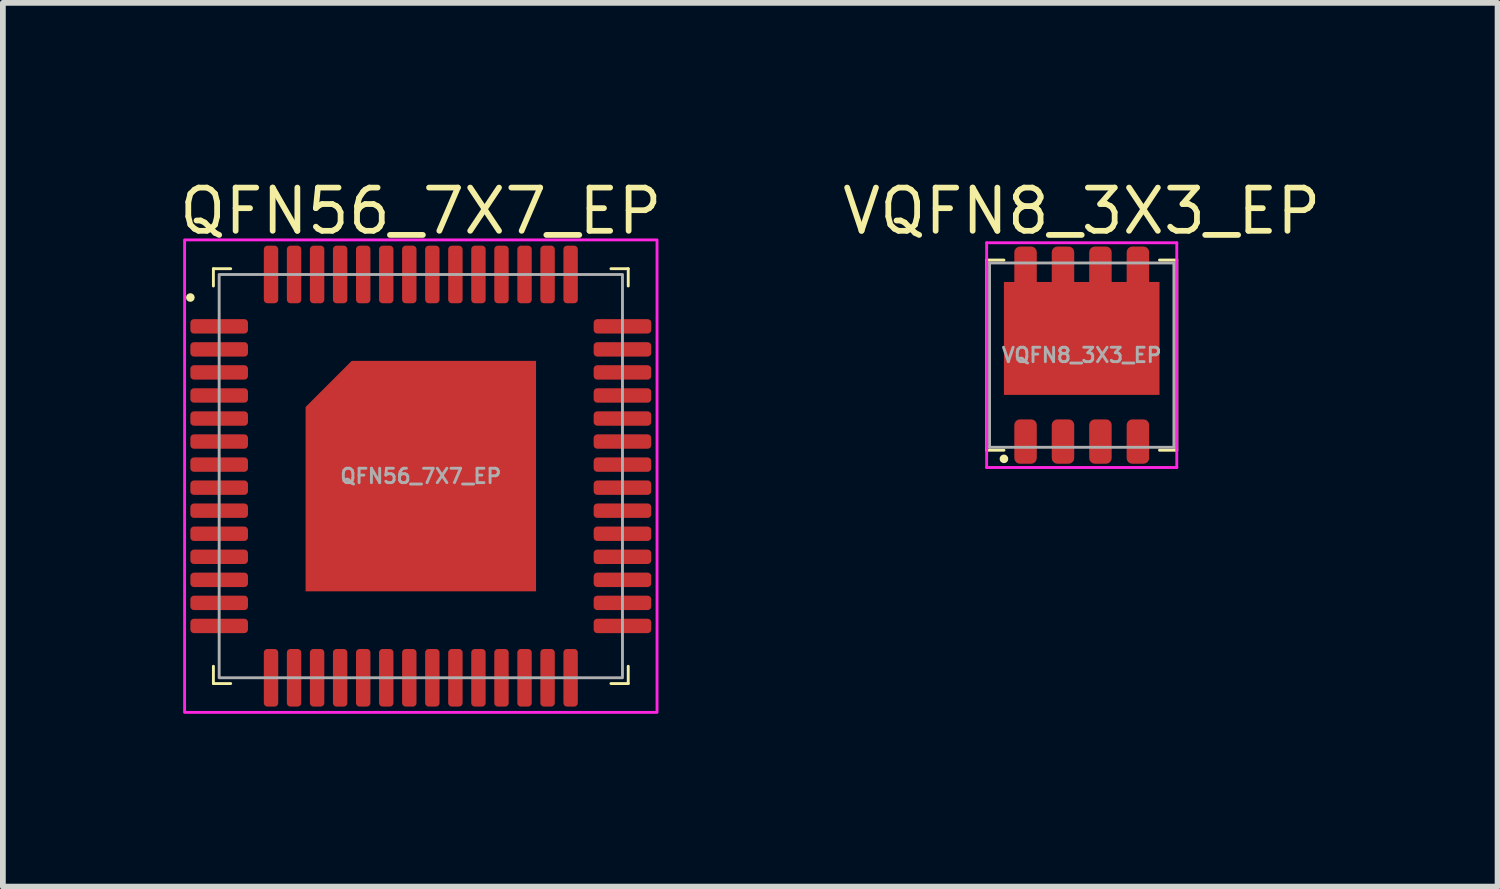
<source format=kicad_pcb>
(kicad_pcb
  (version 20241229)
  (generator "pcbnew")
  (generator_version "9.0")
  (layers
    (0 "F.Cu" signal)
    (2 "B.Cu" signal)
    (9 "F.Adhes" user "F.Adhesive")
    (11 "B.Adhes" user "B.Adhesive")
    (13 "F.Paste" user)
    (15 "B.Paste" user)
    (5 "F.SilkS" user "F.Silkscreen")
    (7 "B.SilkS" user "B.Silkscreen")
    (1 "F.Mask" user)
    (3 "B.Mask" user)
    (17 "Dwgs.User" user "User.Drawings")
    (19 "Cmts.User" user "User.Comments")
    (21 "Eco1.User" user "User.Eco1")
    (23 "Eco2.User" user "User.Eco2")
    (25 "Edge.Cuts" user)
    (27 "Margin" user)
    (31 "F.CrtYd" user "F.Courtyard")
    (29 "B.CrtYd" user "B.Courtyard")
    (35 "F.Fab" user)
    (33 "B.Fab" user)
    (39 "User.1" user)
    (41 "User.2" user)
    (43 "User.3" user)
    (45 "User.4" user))
  (footprint "QFN56_7X7_EP"
    (layer "F.Cu")
    (at 4.254 5.214)
    (property "Reference" "QFN56_7X7_EP" (at 0 -4.6 0) (unlocked yes) (layer "F.SilkS") (effects (font (size 0.75 0.75) (thickness 0.1))))
    (attr smd)
    (fp_line (start -3.6 -3.6) (end -3.6 -3.3) (stroke (width 0.05) (type solid)) (layer "F.SilkS"))
    (fp_line (start -3.6 -3.6) (end -3.3 -3.6) (stroke (width 0.05) (type solid)) (layer "F.SilkS"))
    (fp_line (start -3.6 3.6) (end -3.6 3.3) (stroke (width 0.05) (type solid)) (layer "F.SilkS"))
    (fp_line (start -3.6 3.6) (end -3.3 3.6) (stroke (width 0.05) (type solid)) (layer "F.SilkS"))
    (fp_line (start 3.6 -3.6) (end 3.3 -3.6) (stroke (width 0.05) (type solid)) (layer "F.SilkS"))
    (fp_line (start 3.6 -3.6) (end 3.6 -3.3) (stroke (width 0.05) (type solid)) (layer "F.SilkS"))
    (fp_line (start 3.6 3.6) (end 3.3 3.6) (stroke (width 0.05) (type solid)) (layer "F.SilkS"))
    (fp_line (start 3.6 3.6) (end 3.6 3.3) (stroke (width 0.05) (type solid)) (layer "F.SilkS"))
    (fp_circle (center -4 -3.1) (end -4 -3.1) (stroke (width 0.05) (type solid)) (fill no) (layer "F.SilkS"))
    (fp_circle (center -4 -3.1) (end -3.95 -3.1) (stroke (width 0.05) (type solid)) (fill no) (layer "F.SilkS"))
    (fp_rect (start -4.1 -4.1) (end 4.1 4.1) (stroke (width 0.05) (type solid)) (fill no) (layer "F.CrtYd"))
    (fp_rect (start -3.5 -3.5) (end 3.5 3.5) (stroke (width 0.05) (type solid)) (fill no) (layer "F.Fab"))
    (fp_text user "${REFERENCE}" (at 0 0 0) (unlocked yes) (layer "F.Fab") (effects (font (size 0.25 0.25) (thickness 0.05))))
    (pad "1" smd roundrect (at -3.5 -2.6 90) (size 0.25 1) (layers "F.Cu" "F.Mask" "F.Paste") (roundrect_rratio 0.25))
    (pad "2" smd roundrect (at -3.5 -2.2 90) (size 0.25 1) (layers "F.Cu" "F.Mask" "F.Paste") (roundrect_rratio 0.25))
    (pad "3" smd roundrect (at -3.5 -1.8 90) (size 0.25 1) (layers "F.Cu" "F.Mask" "F.Paste") (roundrect_rratio 0.25))
    (pad "4" smd roundrect (at -3.5 -1.4 90) (size 0.25 1) (layers "F.Cu" "F.Mask" "F.Paste") (roundrect_rratio 0.25))
    (pad "5" smd roundrect (at -3.5 -1 90) (size 0.25 1) (layers "F.Cu" "F.Mask" "F.Paste") (roundrect_rratio 0.25))
    (pad "6" smd roundrect (at -3.5 -0.6 90) (size 0.25 1) (layers "F.Cu" "F.Mask" "F.Paste") (roundrect_rratio 0.25))
    (pad "7" smd roundrect (at -3.5 -0.2 90) (size 0.25 1) (layers "F.Cu" "F.Mask" "F.Paste") (roundrect_rratio 0.25))
    (pad "8" smd roundrect (at -3.5 0.2 90) (size 0.25 1) (layers "F.Cu" "F.Mask" "F.Paste") (roundrect_rratio 0.25))
    (pad "9" smd roundrect (at -3.5 0.6 90) (size 0.25 1) (layers "F.Cu" "F.Mask" "F.Paste") (roundrect_rratio 0.25))
    (pad "10" smd roundrect (at -3.5 1 90) (size 0.25 1) (layers "F.Cu" "F.Mask" "F.Paste") (roundrect_rratio 0.25))
    (pad "11" smd roundrect (at -3.5 1.4 90) (size 0.25 1) (layers "F.Cu" "F.Mask" "F.Paste") (roundrect_rratio 0.25))
    (pad "12" smd roundrect (at -3.5 1.8 90) (size 0.25 1) (layers "F.Cu" "F.Mask" "F.Paste") (roundrect_rratio 0.25))
    (pad "13" smd roundrect (at -3.5 2.2 90) (size 0.25 1) (layers "F.Cu" "F.Mask" "F.Paste") (roundrect_rratio 0.25))
    (pad "14" smd roundrect (at -3.5 2.6 90) (size 0.25 1) (layers "F.Cu" "F.Mask" "F.Paste") (roundrect_rratio 0.25))
    (pad "15" smd roundrect (at -2.6 3.5 180) (size 0.25 1) (layers "F.Cu" "F.Mask" "F.Paste") (roundrect_rratio 0.25))
    (pad "16" smd roundrect (at -2.2 3.5 180) (size 0.25 1) (layers "F.Cu" "F.Mask" "F.Paste") (roundrect_rratio 0.25))
    (pad "17" smd roundrect (at -1.8 3.5 180) (size 0.25 1) (layers "F.Cu" "F.Mask" "F.Paste") (roundrect_rratio 0.25))
    (pad "18" smd roundrect (at -1.4 3.5 180) (size 0.25 1) (layers "F.Cu" "F.Mask" "F.Paste") (roundrect_rratio 0.25))
    (pad "19" smd roundrect (at -1 3.5 180) (size 0.25 1) (layers "F.Cu" "F.Mask" "F.Paste") (roundrect_rratio 0.25))
    (pad "20" smd roundrect (at -0.6 3.5 180) (size 0.25 1) (layers "F.Cu" "F.Mask" "F.Paste") (roundrect_rratio 0.25))
    (pad "21" smd roundrect (at -0.2 3.5 180) (size 0.25 1) (layers "F.Cu" "F.Mask" "F.Paste") (roundrect_rratio 0.25))
    (pad "22" smd roundrect (at 0.2 3.5 180) (size 0.25 1) (layers "F.Cu" "F.Mask" "F.Paste") (roundrect_rratio 0.25))
    (pad "23" smd roundrect (at 0.6 3.5 180) (size 0.25 1) (layers "F.Cu" "F.Mask" "F.Paste") (roundrect_rratio 0.25))
    (pad "24" smd roundrect (at 1 3.5 180) (size 0.25 1) (layers "F.Cu" "F.Mask" "F.Paste") (roundrect_rratio 0.25))
    (pad "25" smd roundrect (at 1.4 3.5 180) (size 0.25 1) (layers "F.Cu" "F.Mask" "F.Paste") (roundrect_rratio 0.25))
    (pad "26" smd roundrect (at 1.8 3.5 180) (size 0.25 1) (layers "F.Cu" "F.Mask" "F.Paste") (roundrect_rratio 0.25))
    (pad "27" smd roundrect (at 2.2 3.5 180) (size 0.25 1) (layers "F.Cu" "F.Mask" "F.Paste") (roundrect_rratio 0.25))
    (pad "28" smd roundrect (at 2.6 3.5 180) (size 0.25 1) (layers "F.Cu" "F.Mask" "F.Paste") (roundrect_rratio 0.25))
    (pad "29" smd roundrect (at 3.5 2.6 270) (size 0.25 1) (layers "F.Cu" "F.Mask" "F.Paste") (roundrect_rratio 0.25))
    (pad "30" smd roundrect (at 3.5 2.2 270) (size 0.25 1) (layers "F.Cu" "F.Mask" "F.Paste") (roundrect_rratio 0.25))
    (pad "31" smd roundrect (at 3.5 1.8 270) (size 0.25 1) (layers "F.Cu" "F.Mask" "F.Paste") (roundrect_rratio 0.25))
    (pad "32" smd roundrect (at 3.5 1.4 270) (size 0.25 1) (layers "F.Cu" "F.Mask" "F.Paste") (roundrect_rratio 0.25))
    (pad "33" smd roundrect (at 3.5 1 270) (size 0.25 1) (layers "F.Cu" "F.Mask" "F.Paste") (roundrect_rratio 0.25))
    (pad "34" smd roundrect (at 3.5 0.6 270) (size 0.25 1) (layers "F.Cu" "F.Mask" "F.Paste") (roundrect_rratio 0.25))
    (pad "35" smd roundrect (at 3.5 0.2 270) (size 0.25 1) (layers "F.Cu" "F.Mask" "F.Paste") (roundrect_rratio 0.25))
    (pad "36" smd roundrect (at 3.5 -0.2 270) (size 0.25 1) (layers "F.Cu" "F.Mask" "F.Paste") (roundrect_rratio 0.25))
    (pad "37" smd roundrect (at 3.5 -0.6 270) (size 0.25 1) (layers "F.Cu" "F.Mask" "F.Paste") (roundrect_rratio 0.25))
    (pad "38" smd roundrect (at 3.5 -1 270) (size 0.25 1) (layers "F.Cu" "F.Mask" "F.Paste") (roundrect_rratio 0.25))
    (pad "39" smd roundrect (at 3.5 -1.4 270) (size 0.25 1) (layers "F.Cu" "F.Mask" "F.Paste") (roundrect_rratio 0.25))
    (pad "40" smd roundrect (at 3.5 -1.8 270) (size 0.25 1) (layers "F.Cu" "F.Mask" "F.Paste") (roundrect_rratio 0.25))
    (pad "41" smd roundrect (at 3.5 -2.2 270) (size 0.25 1) (layers "F.Cu" "F.Mask" "F.Paste") (roundrect_rratio 0.25))
    (pad "42" smd roundrect (at 3.5 -2.6 270) (size 0.25 1) (layers "F.Cu" "F.Mask" "F.Paste") (roundrect_rratio 0.25))
    (pad "43" smd roundrect (at 2.6 -3.5) (size 0.25 1) (layers "F.Cu" "F.Mask" "F.Paste") (roundrect_rratio 0.25))
    (pad "44" smd roundrect (at 2.2 -3.5) (size 0.25 1) (layers "F.Cu" "F.Mask" "F.Paste") (roundrect_rratio 0.25))
    (pad "45" smd roundrect (at 1.8 -3.5) (size 0.25 1) (layers "F.Cu" "F.Mask" "F.Paste") (roundrect_rratio 0.25))
    (pad "46" smd roundrect (at 1.4 -3.5) (size 0.25 1) (layers "F.Cu" "F.Mask" "F.Paste") (roundrect_rratio 0.25))
    (pad "47" smd roundrect (at 1 -3.5) (size 0.25 1) (layers "F.Cu" "F.Mask" "F.Paste") (roundrect_rratio 0.25))
    (pad "48" smd roundrect (at 0.6 -3.5) (size 0.25 1) (layers "F.Cu" "F.Mask" "F.Paste") (roundrect_rratio 0.25))
    (pad "49" smd roundrect (at 0.2 -3.5) (size 0.25 1) (layers "F.Cu" "F.Mask" "F.Paste") (roundrect_rratio 0.25))
    (pad "50" smd roundrect (at -0.2 -3.5) (size 0.25 1) (layers "F.Cu" "F.Mask" "F.Paste") (roundrect_rratio 0.25))
    (pad "51" smd roundrect (at -0.6 -3.5) (size 0.25 1) (layers "F.Cu" "F.Mask" "F.Paste") (roundrect_rratio 0.25))
    (pad "52" smd roundrect (at -1 -3.5) (size 0.25 1) (layers "F.Cu" "F.Mask" "F.Paste") (roundrect_rratio 0.25))
    (pad "53" smd roundrect (at -1.4 -3.5) (size 0.25 1) (layers "F.Cu" "F.Mask" "F.Paste") (roundrect_rratio 0.25))
    (pad "54" smd roundrect (at -1.8 -3.5) (size 0.25 1) (layers "F.Cu" "F.Mask" "F.Paste") (roundrect_rratio 0.25))
    (pad "55" smd roundrect (at -2.2 -3.5) (size 0.25 1) (layers "F.Cu" "F.Mask" "F.Paste") (roundrect_rratio 0.25))
    (pad "56" smd roundrect (at -2.6 -3.5) (size 0.25 1) (layers "F.Cu" "F.Mask" "F.Paste") (roundrect_rratio 0.25))
    (pad "57" smd roundrect (at 0 0) (size 4 4) (layers "F.Cu" "F.Mask" "F.Paste") (roundrect_rratio 0) (chamfer_ratio 0.2) (chamfer top_left)))
  (footprint "VQFN8_3X3_EP"
    (layer "F.Cu")
    (at 15.725 3.114)
    (property "Reference" "VQFN8_3X3_EP" (at 0 -2.5 0) (unlocked yes) (layer "F.SilkS") (effects (font (size 0.75 0.75) (thickness 0.1))))
    (attr smd)
    (fp_line (start -1.65 -1.65) (end -1.65 1.65) (stroke (width 0.05) (type solid)) (layer "F.SilkS"))
    (fp_line (start -1.65 -1.65) (end -1.35 -1.65) (stroke (width 0.05) (type solid)) (layer "F.SilkS"))
    (fp_line (start -1.65 1.65) (end -1.35 1.65) (stroke (width 0.05) (type solid)) (layer "F.SilkS"))
    (fp_line (start 1.65 -1.65) (end 1.35 -1.65) (stroke (width 0.05) (type solid)) (layer "F.SilkS"))
    (fp_line (start 1.65 -1.65) (end 1.65 1.65) (stroke (width 0.05) (type solid)) (layer "F.SilkS"))
    (fp_line (start 1.65 1.65) (end 1.35 1.65) (stroke (width 0.05) (type solid)) (layer "F.SilkS"))
    (fp_circle (center -1.35 1.8) (end -1.35 1.8) (stroke (width 0.05) (type solid)) (fill no) (layer "F.SilkS"))
    (fp_circle (center -1.35 1.8) (end -1.3 1.8) (stroke (width 0.05) (type solid)) (fill no) (layer "F.SilkS"))
    (fp_line (start -1.65 -1.95) (end 1.65 -1.95) (stroke (width 0.05) (type solid)) (layer "F.CrtYd"))
    (fp_line (start -1.65 1.95) (end -1.65 -1.95) (stroke (width 0.05) (type solid)) (layer "F.CrtYd"))
    (fp_line (start 1.65 -1.95) (end 1.65 1.95) (stroke (width 0.05) (type solid)) (layer "F.CrtYd"))
    (fp_line (start 1.65 1.95) (end -1.65 1.95) (stroke (width 0.05) (type solid)) (layer "F.CrtYd"))
    (fp_line (start -1.6 -1.6) (end 1.6 -1.6) (stroke (width 0.05) (type solid)) (layer "F.Fab"))
    (fp_line (start -1.6 1.6) (end -1.6 -1.6) (stroke (width 0.05) (type solid)) (layer "F.Fab"))
    (fp_line (start -1.6 1.6) (end 1.6 1.6) (stroke (width 0.05) (type solid)) (layer "F.Fab"))
    (fp_line (start 1.6 -1.6) (end 1.6 1.6) (stroke (width 0.05) (type solid)) (layer "F.Fab"))
    (fp_text user "${REFERENCE}" (at 0 0 0) (unlocked yes) (layer "F.Fab") (effects (font (size 0.25 0.25) (thickness 0.05))))
    (pad "1" smd roundrect (at -0.975 1.5) (size 0.39 0.77) (layers "F.Cu" "F.Mask" "F.Paste") (roundrect_rratio 0.25))
    (pad "2" smd roundrect (at -0.325 1.5) (size 0.39 0.77) (layers "F.Cu" "F.Mask" "F.Paste") (roundrect_rratio 0.25))
    (pad "3" smd roundrect (at 0.325 1.5) (size 0.39 0.77) (layers "F.Cu" "F.Mask" "F.Paste") (roundrect_rratio 0.25))
    (pad "4" smd roundrect (at 0.975 1.5) (size 0.39 0.77) (layers "F.Cu" "F.Mask" "F.Paste") (roundrect_rratio 0.25))
    (pad "5" smd roundrect (at 0.975 -1.5) (size 0.39 0.77) (layers "F.Cu" "F.Mask" "F.Paste") (roundrect_rratio 0.25))
    (pad "6" smd roundrect (at 0.325 -1.5) (size 0.39 0.77) (layers "F.Cu" "F.Mask" "F.Paste") (roundrect_rratio 0.25))
    (pad "7" smd roundrect (at -0.325 -1.5) (size 0.39 0.77) (layers "F.Cu" "F.Mask" "F.Paste") (roundrect_rratio 0.25))
    (pad "8" smd roundrect (at -0.975 -1.5) (size 0.39 0.77) (layers "F.Cu" "F.Mask" "F.Paste") (roundrect_rratio 0.25))
    (pad "9" smd rect (at 0 -0.29) (size 2.7 1.96) (layers "F.Cu" "F.Mask" "F.Paste")))
  (gr_rect
    (start -3 -3)
    (end 22.943 12.339)
    (stroke (width 0.1) (type default))
    (fill no)
    (layer "Edge.Cuts")))
</source>
